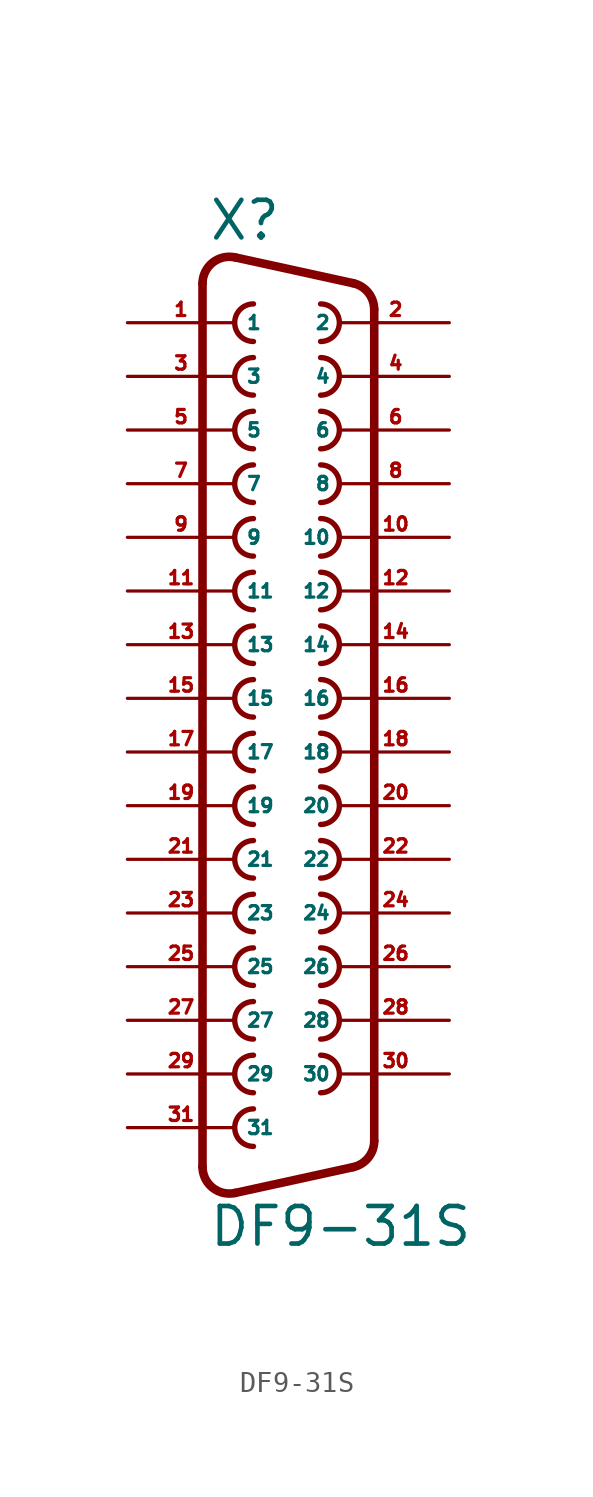
<source format=kicad_sym>
(kicad_symbol_lib
  (version 20220914)
  (generator Eagle2Kicad)
  (symbol "DF9-31S"
    (property "Reference" "X"
      (at -3.81 24.13 0)
      (effects (font (size 1.778 1.778) (thickness 0.22)) (justify left bottom)))
    (property "Value" "DF9-31S"
      (at -3.81 -23.495 0)
      (effects (font (size 1.778 1.778) (thickness 0.22)) (justify left bottom)))
    (arc
      (start -1.651 21.209)
      (mid -2.540 20.320)
      (end -1.651 19.431)
      (stroke (width 0.254) (type default))
      (fill (type none)))
    (arc
      (start 1.524 19.431)
      (mid 2.413 20.320)
      (end 1.524 21.209)
      (stroke (width 0.254) (type default))
      (fill (type none)))
    (arc
      (start -1.651 18.669)
      (mid -2.540 17.780)
      (end -1.651 16.891)
      (stroke (width 0.254) (type default))
      (fill (type none)))
    (arc
      (start 1.524 16.891)
      (mid 2.413 17.780)
      (end 1.524 18.669)
      (stroke (width 0.254) (type default))
      (fill (type none)))
    (arc
      (start -1.651 16.129)
      (mid -2.540 15.240)
      (end -1.651 14.351)
      (stroke (width 0.254) (type default))
      (fill (type none)))
    (arc
      (start 1.524 14.351)
      (mid 2.413 15.240)
      (end 1.524 16.129)
      (stroke (width 0.254) (type default))
      (fill (type none)))
    (arc
      (start -1.651 13.589)
      (mid -2.540 12.700)
      (end -1.651 11.811)
      (stroke (width 0.254) (type default))
      (fill (type none)))
    (arc
      (start 1.524 11.811)
      (mid 2.413 12.700)
      (end 1.524 13.589)
      (stroke (width 0.254) (type default))
      (fill (type none)))
    (arc
      (start -1.651 11.049)
      (mid -2.540 10.160)
      (end -1.651 9.271)
      (stroke (width 0.254) (type default))
      (fill (type none)))
    (arc
      (start 1.524 9.271)
      (mid 2.413 10.160)
      (end 1.524 11.049)
      (stroke (width 0.254) (type default))
      (fill (type none)))
    (arc
      (start -1.651 8.509)
      (mid -2.540 7.620)
      (end -1.651 6.731)
      (stroke (width 0.254) (type default))
      (fill (type none)))
    (arc
      (start 1.524 6.731)
      (mid 2.413 7.620)
      (end 1.524 8.509)
      (stroke (width 0.254) (type default))
      (fill (type none)))
    (arc
      (start -1.651 5.969)
      (mid -2.540 5.080)
      (end -1.651 4.191)
      (stroke (width 0.254) (type default))
      (fill (type none)))
    (arc
      (start 1.524 4.191)
      (mid 2.413 5.080)
      (end 1.524 5.969)
      (stroke (width 0.254) (type default))
      (fill (type none)))
    (arc
      (start -1.651 3.429)
      (mid -2.540 2.540)
      (end -1.651 1.651)
      (stroke (width 0.254) (type default))
      (fill (type none)))
    (arc
      (start 1.524 1.651)
      (mid 2.413 2.540)
      (end 1.524 3.429)
      (stroke (width 0.254) (type default))
      (fill (type none)))
    (arc
      (start -1.651 0.889)
      (mid -2.540 0.000)
      (end -1.651 -0.889)
      (stroke (width 0.254) (type default))
      (fill (type none)))
    (arc
      (start 1.524 -0.889)
      (mid 2.413 0.000)
      (end 1.524 0.889)
      (stroke (width 0.254) (type default))
      (fill (type none)))
    (arc
      (start -1.651 -1.651)
      (mid -2.540 -2.540)
      (end -1.651 -3.429)
      (stroke (width 0.254) (type default))
      (fill (type none)))
    (arc
      (start 1.524 -3.429)
      (mid 2.413 -2.540)
      (end 1.524 -1.651)
      (stroke (width 0.254) (type default))
      (fill (type none)))
    (arc
      (start -1.651 -4.191)
      (mid -2.540 -5.080)
      (end -1.651 -5.969)
      (stroke (width 0.254) (type default))
      (fill (type none)))
    (arc
      (start 1.524 -5.969)
      (mid 2.413 -5.080)
      (end 1.524 -4.191)
      (stroke (width 0.254) (type default))
      (fill (type none)))
    (arc
      (start -1.651 -6.731)
      (mid -2.540 -7.620)
      (end -1.651 -8.509)
      (stroke (width 0.254) (type default))
      (fill (type none)))
    (arc
      (start 1.524 -8.509)
      (mid 2.413 -7.620)
      (end 1.524 -6.731)
      (stroke (width 0.254) (type default))
      (fill (type none)))
    (arc
      (start -1.651 -9.271)
      (mid -2.540 -10.160)
      (end -1.651 -11.049)
      (stroke (width 0.254) (type default))
      (fill (type none)))
    (arc
      (start 1.524 -11.049)
      (mid 2.413 -10.160)
      (end 1.524 -9.271)
      (stroke (width 0.254) (type default))
      (fill (type none)))
    (arc
      (start -1.651 -11.811)
      (mid -2.540 -12.700)
      (end -1.651 -13.589)
      (stroke (width 0.254) (type default))
      (fill (type none)))
    (arc
      (start 1.524 -13.589)
      (mid 2.413 -12.700)
      (end 1.524 -11.811)
      (stroke (width 0.254) (type default))
      (fill (type none)))
    (arc
      (start -1.651 -14.351)
      (mid -2.540 -15.240)
      (end -1.651 -16.129)
      (stroke (width 0.254) (type default))
      (fill (type none)))
    (arc
      (start 1.524 -16.129)
      (mid 2.413 -15.240)
      (end 1.524 -14.351)
      (stroke (width 0.254) (type default))
      (fill (type none)))
    (arc
      (start -1.651 -16.891)
      (mid -2.540 -17.780)
      (end -1.651 -18.669)
      (stroke (width 0.254) (type default))
      (fill (type none)))
    (arc
      (start -2.5226 23.412)
      (mid -3.590 23.161)
      (end -4.064 22.1712)
      (stroke (width 0.4064) (type default))
      (fill (type none)))
    (polyline
      (pts (xy -2.523 23.412) (xy 3.065 22.189))
      (stroke (width 0.406) (type default))
      (fill (type none)))
    (arc
      (start 4.0642 20.9488)
      (mid 3.783 21.745)
      (end 3.0654 22.1895)
      (stroke (width 0.4064) (type default))
      (fill (type none)))
    (polyline
      (pts (xy 4.064 -18.409) (xy 4.064 20.949))
      (stroke (width 0.406) (type default))
      (fill (type none)))
    (arc
      (start 3.0654 -19.6494)
      (mid 3.783 -19.205)
      (end 4.064 -18.4088)
      (stroke (width 0.4064) (type default))
      (fill (type none)))
    (polyline
      (pts (xy -4.064 -19.631) (xy -4.064 22.171))
      (stroke (width 0.406) (type default))
      (fill (type none)))
    (polyline
      (pts (xy -2.523 -20.872) (xy 3.065 -19.649))
      (stroke (width 0.406) (type default))
      (fill (type none)))
    (arc
      (start -4.064 -19.6312)
      (mid -3.590 -20.621)
      (end -2.5226 -20.8719)
      (stroke (width 0.4064) (type default))
      (fill (type none)))
    (pin passive line
      (at -7.62 20.32 0)
      (length 5.08)
      (name "1" (effects (font (size 0.635 0.635) (thickness 0.08)) (justify left bottom)))
      (number "1" (effects (font (size 0.635 0.635) (thickness 0.08)) (justify left bottom))))
    (pin passive line
      (at 7.62 20.32 180)
      (length 5.08)
      (name "2" (effects (font (size 0.635 0.635) (thickness 0.08)) (justify left bottom)))
      (number "2" (effects (font (size 0.635 0.635) (thickness 0.08)) (justify left bottom))))
    (pin passive line
      (at -7.62 17.78 0)
      (length 5.08)
      (name "3" (effects (font (size 0.635 0.635) (thickness 0.08)) (justify left bottom)))
      (number "3" (effects (font (size 0.635 0.635) (thickness 0.08)) (justify left bottom))))
    (pin passive line
      (at 7.62 17.78 180)
      (length 5.08)
      (name "4" (effects (font (size 0.635 0.635) (thickness 0.08)) (justify left bottom)))
      (number "4" (effects (font (size 0.635 0.635) (thickness 0.08)) (justify left bottom))))
    (pin passive line
      (at -7.62 15.24 0)
      (length 5.08)
      (name "5" (effects (font (size 0.635 0.635) (thickness 0.08)) (justify left bottom)))
      (number "5" (effects (font (size 0.635 0.635) (thickness 0.08)) (justify left bottom))))
    (pin passive line
      (at 7.62 15.24 180)
      (length 5.08)
      (name "6" (effects (font (size 0.635 0.635) (thickness 0.08)) (justify left bottom)))
      (number "6" (effects (font (size 0.635 0.635) (thickness 0.08)) (justify left bottom))))
    (pin passive line
      (at -7.62 12.7 0)
      (length 5.08)
      (name "7" (effects (font (size 0.635 0.635) (thickness 0.08)) (justify left bottom)))
      (number "7" (effects (font (size 0.635 0.635) (thickness 0.08)) (justify left bottom))))
    (pin passive line
      (at 7.62 12.7 180)
      (length 5.08)
      (name "8" (effects (font (size 0.635 0.635) (thickness 0.08)) (justify left bottom)))
      (number "8" (effects (font (size 0.635 0.635) (thickness 0.08)) (justify left bottom))))
    (pin passive line
      (at -7.62 10.16 0)
      (length 5.08)
      (name "9" (effects (font (size 0.635 0.635) (thickness 0.08)) (justify left bottom)))
      (number "9" (effects (font (size 0.635 0.635) (thickness 0.08)) (justify left bottom))))
    (pin passive line
      (at 7.62 10.16 180)
      (length 5.08)
      (name "10" (effects (font (size 0.635 0.635) (thickness 0.08)) (justify left bottom)))
      (number "10" (effects (font (size 0.635 0.635) (thickness 0.08)) (justify left bottom))))
    (pin passive line
      (at -7.62 7.62 0)
      (length 5.08)
      (name "11" (effects (font (size 0.635 0.635) (thickness 0.08)) (justify left bottom)))
      (number "11" (effects (font (size 0.635 0.635) (thickness 0.08)) (justify left bottom))))
    (pin passive line
      (at 7.62 7.62 180)
      (length 5.08)
      (name "12" (effects (font (size 0.635 0.635) (thickness 0.08)) (justify left bottom)))
      (number "12" (effects (font (size 0.635 0.635) (thickness 0.08)) (justify left bottom))))
    (pin passive line
      (at -7.62 5.08 0)
      (length 5.08)
      (name "13" (effects (font (size 0.635 0.635) (thickness 0.08)) (justify left bottom)))
      (number "13" (effects (font (size 0.635 0.635) (thickness 0.08)) (justify left bottom))))
    (pin passive line
      (at 7.62 5.08 180)
      (length 5.08)
      (name "14" (effects (font (size 0.635 0.635) (thickness 0.08)) (justify left bottom)))
      (number "14" (effects (font (size 0.635 0.635) (thickness 0.08)) (justify left bottom))))
    (pin passive line
      (at -7.62 2.54 0)
      (length 5.08)
      (name "15" (effects (font (size 0.635 0.635) (thickness 0.08)) (justify left bottom)))
      (number "15" (effects (font (size 0.635 0.635) (thickness 0.08)) (justify left bottom))))
    (pin passive line
      (at 7.62 2.54 180)
      (length 5.08)
      (name "16" (effects (font (size 0.635 0.635) (thickness 0.08)) (justify left bottom)))
      (number "16" (effects (font (size 0.635 0.635) (thickness 0.08)) (justify left bottom))))
    (pin passive line
      (at -7.62 0 0)
      (length 5.08)
      (name "17" (effects (font (size 0.635 0.635) (thickness 0.08)) (justify left bottom)))
      (number "17" (effects (font (size 0.635 0.635) (thickness 0.08)) (justify left bottom))))
    (pin passive line
      (at 7.62 0 180)
      (length 5.08)
      (name "18" (effects (font (size 0.635 0.635) (thickness 0.08)) (justify left bottom)))
      (number "18" (effects (font (size 0.635 0.635) (thickness 0.08)) (justify left bottom))))
    (pin passive line
      (at -7.62 -2.54 0)
      (length 5.08)
      (name "19" (effects (font (size 0.635 0.635) (thickness 0.08)) (justify left bottom)))
      (number "19" (effects (font (size 0.635 0.635) (thickness 0.08)) (justify left bottom))))
    (pin passive line
      (at 7.62 -2.54 180)
      (length 5.08)
      (name "20" (effects (font (size 0.635 0.635) (thickness 0.08)) (justify left bottom)))
      (number "20" (effects (font (size 0.635 0.635) (thickness 0.08)) (justify left bottom))))
    (pin passive line
      (at -7.62 -5.08 0)
      (length 5.08)
      (name "21" (effects (font (size 0.635 0.635) (thickness 0.08)) (justify left bottom)))
      (number "21" (effects (font (size 0.635 0.635) (thickness 0.08)) (justify left bottom))))
    (pin passive line
      (at 7.62 -5.08 180)
      (length 5.08)
      (name "22" (effects (font (size 0.635 0.635) (thickness 0.08)) (justify left bottom)))
      (number "22" (effects (font (size 0.635 0.635) (thickness 0.08)) (justify left bottom))))
    (pin passive line
      (at -7.62 -7.62 0)
      (length 5.08)
      (name "23" (effects (font (size 0.635 0.635) (thickness 0.08)) (justify left bottom)))
      (number "23" (effects (font (size 0.635 0.635) (thickness 0.08)) (justify left bottom))))
    (pin passive line
      (at 7.62 -7.62 180)
      (length 5.08)
      (name "24" (effects (font (size 0.635 0.635) (thickness 0.08)) (justify left bottom)))
      (number "24" (effects (font (size 0.635 0.635) (thickness 0.08)) (justify left bottom))))
    (pin passive line
      (at -7.62 -10.16 0)
      (length 5.08)
      (name "25" (effects (font (size 0.635 0.635) (thickness 0.08)) (justify left bottom)))
      (number "25" (effects (font (size 0.635 0.635) (thickness 0.08)) (justify left bottom))))
    (pin passive line
      (at 7.62 -10.16 180)
      (length 5.08)
      (name "26" (effects (font (size 0.635 0.635) (thickness 0.08)) (justify left bottom)))
      (number "26" (effects (font (size 0.635 0.635) (thickness 0.08)) (justify left bottom))))
    (pin passive line
      (at -7.62 -12.7 0)
      (length 5.08)
      (name "27" (effects (font (size 0.635 0.635) (thickness 0.08)) (justify left bottom)))
      (number "27" (effects (font (size 0.635 0.635) (thickness 0.08)) (justify left bottom))))
    (pin passive line
      (at 7.62 -12.7 180)
      (length 5.08)
      (name "28" (effects (font (size 0.635 0.635) (thickness 0.08)) (justify left bottom)))
      (number "28" (effects (font (size 0.635 0.635) (thickness 0.08)) (justify left bottom))))
    (pin passive line
      (at -7.62 -15.24 0)
      (length 5.08)
      (name "29" (effects (font (size 0.635 0.635) (thickness 0.08)) (justify left bottom)))
      (number "29" (effects (font (size 0.635 0.635) (thickness 0.08)) (justify left bottom))))
    (pin passive line
      (at 7.62 -15.24 180)
      (length 5.08)
      (name "30" (effects (font (size 0.635 0.635) (thickness 0.08)) (justify left bottom)))
      (number "30" (effects (font (size 0.635 0.635) (thickness 0.08)) (justify left bottom))))
    (pin passive line
      (at -7.62 -17.78 0)
      (length 5.08)
      (name "31" (effects (font (size 0.635 0.635) (thickness 0.08)) (justify left bottom)))
      (number "31" (effects (font (size 0.635 0.635) (thickness 0.08)) (justify left bottom))))))
</source>
